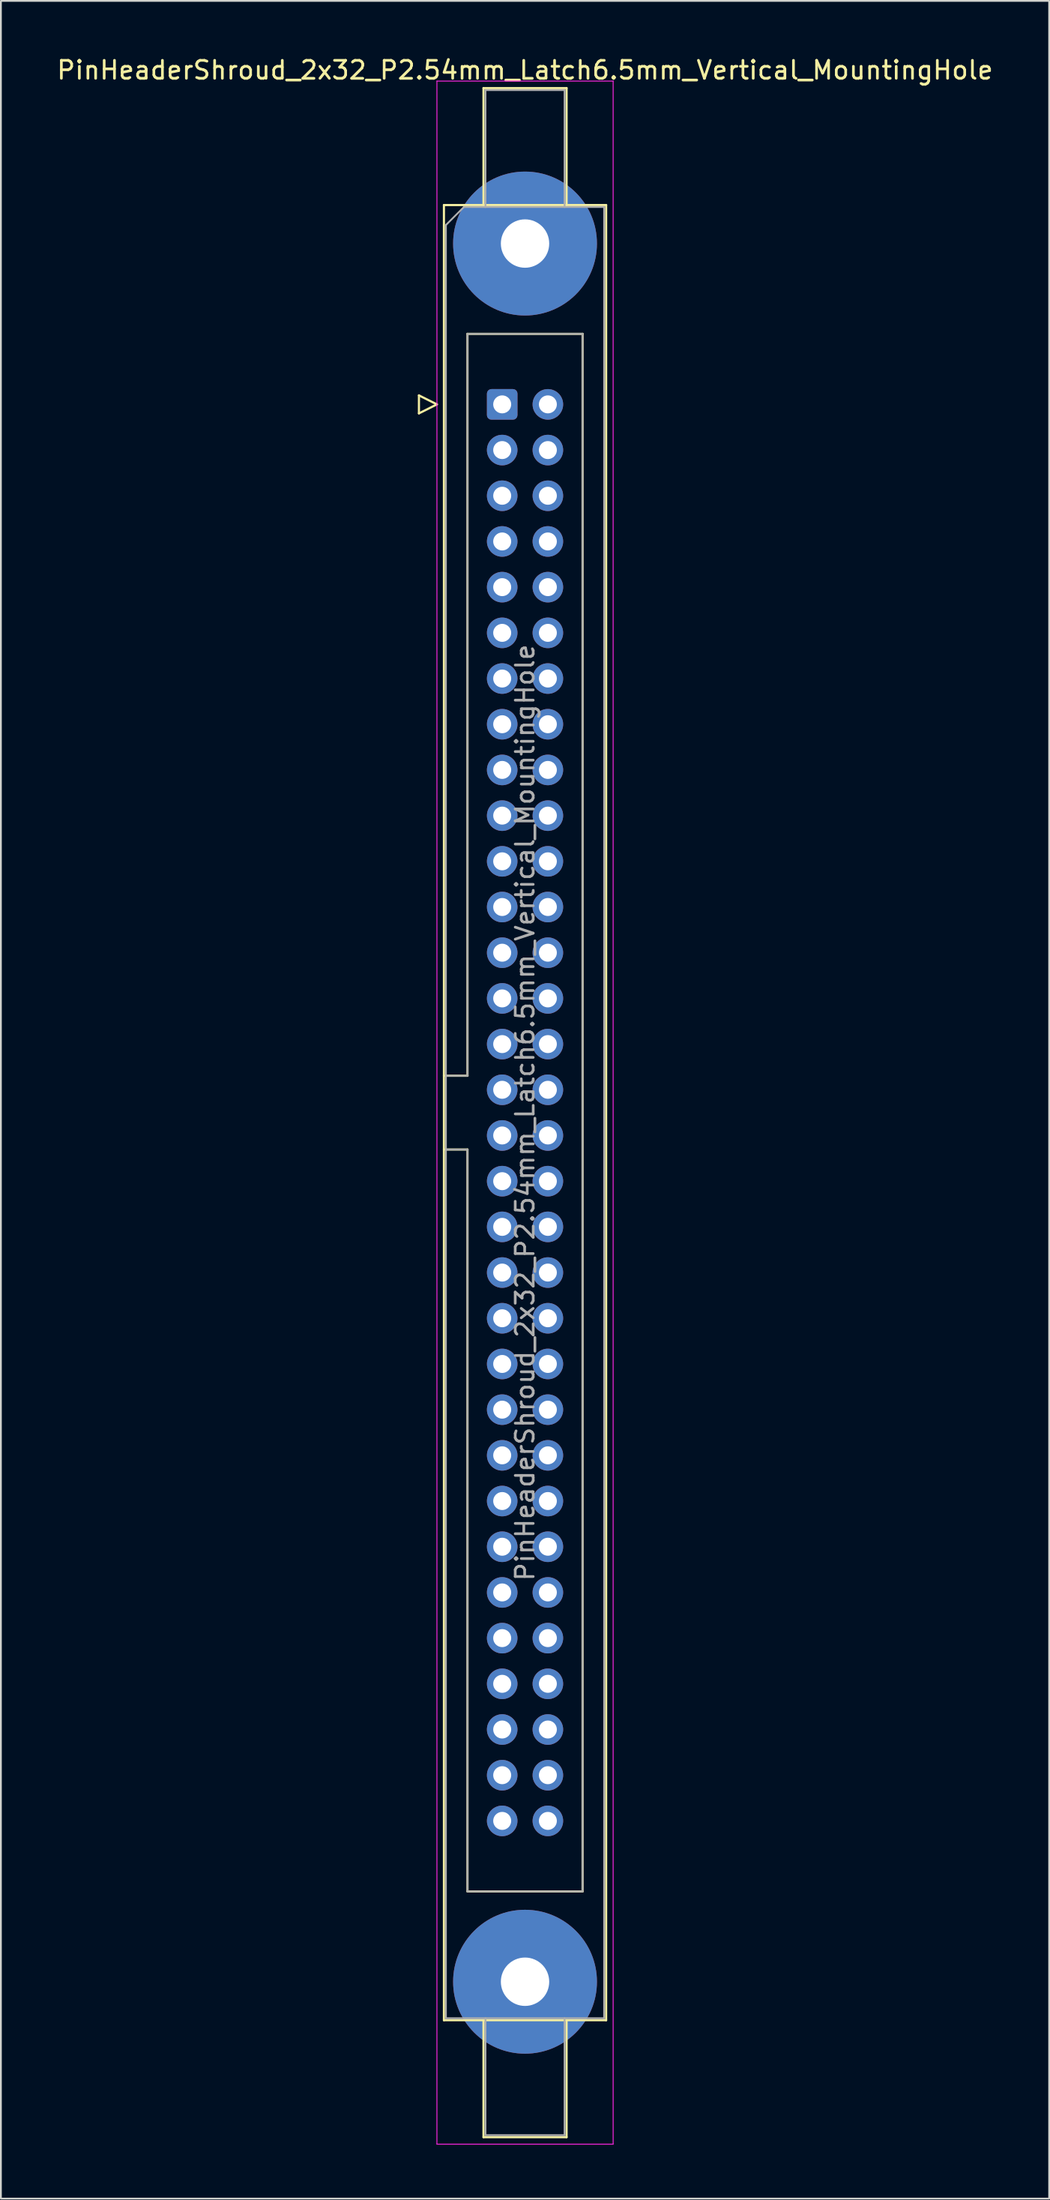
<source format=kicad_pcb>
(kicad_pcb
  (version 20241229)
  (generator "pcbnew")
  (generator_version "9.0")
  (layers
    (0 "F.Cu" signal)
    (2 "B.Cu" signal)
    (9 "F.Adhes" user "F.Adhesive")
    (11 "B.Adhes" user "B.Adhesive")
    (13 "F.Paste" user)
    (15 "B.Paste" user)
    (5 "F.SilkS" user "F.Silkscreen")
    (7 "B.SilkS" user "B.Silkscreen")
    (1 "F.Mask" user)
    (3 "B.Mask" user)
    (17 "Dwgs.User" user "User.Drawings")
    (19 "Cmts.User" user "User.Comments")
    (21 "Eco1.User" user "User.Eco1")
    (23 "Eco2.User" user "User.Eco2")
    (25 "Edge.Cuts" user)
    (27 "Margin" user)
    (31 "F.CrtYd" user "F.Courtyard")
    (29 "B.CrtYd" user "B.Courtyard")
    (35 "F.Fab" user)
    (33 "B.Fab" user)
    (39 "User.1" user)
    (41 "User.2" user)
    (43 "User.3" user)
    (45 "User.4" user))
  (footprint "PinHeaderShroud_2x32_P2.54mm_Latch6.5mm_Vertical_MountingHole"
    (layer "F.Cu")
    (at 24.879 19.428)
    (property "Reference" "PinHeaderShroud_2x32_P2.54mm_Latch6.5mm_Vertical_MountingHole" (at 1.27 -18.58 0) (layer "F.SilkS") (effects (font (size 1 1) (thickness 0.15))))
    (attr through_hole)
    (fp_line (start -4.63 -0.5) (end -4.63 0.5) (stroke (width 0.12) (type solid)) (layer "F.SilkS"))
    (fp_line (start -4.63 0.5) (end -3.63 0) (stroke (width 0.12) (type solid)) (layer "F.SilkS"))
    (fp_line (start -3.63 0) (end -4.63 -0.5) (stroke (width 0.12) (type solid)) (layer "F.SilkS"))
    (fp_line (start -3.24 -11.08) (end 5.78 -11.08) (stroke (width 0.12) (type solid)) (layer "F.SilkS"))
    (fp_line (start -3.24 37.32) (end -1.93 37.32) (stroke (width 0.12) (type solid)) (layer "F.SilkS"))
    (fp_line (start -3.24 41.42) (end -1.93 41.42) (stroke (width 0.12) (type solid)) (layer "F.SilkS"))
    (fp_line (start -3.24 89.82) (end -3.24 -11.08) (stroke (width 0.12) (type solid)) (layer "F.SilkS"))
    (fp_line (start -1.93 -3.92) (end 4.47 -3.92) (stroke (width 0.12) (type solid)) (layer "F.SilkS"))
    (fp_line (start -1.93 37.32) (end -1.93 -3.92) (stroke (width 0.12) (type solid)) (layer "F.SilkS"))
    (fp_line (start -1.93 82.66) (end -1.93 41.42) (stroke (width 0.12) (type solid)) (layer "F.SilkS"))
    (fp_line (start -1.04 -17.58) (end 3.58 -17.58) (stroke (width 0.12) (type solid)) (layer "F.SilkS"))
    (fp_line (start -1.04 -11.08) (end -1.04 -17.58) (stroke (width 0.12) (type solid)) (layer "F.SilkS"))
    (fp_line (start -1.04 89.82) (end -1.04 96.32) (stroke (width 0.12) (type solid)) (layer "F.SilkS"))
    (fp_line (start -1.04 96.32) (end 3.58 96.32) (stroke (width 0.12) (type solid)) (layer "F.SilkS"))
    (fp_line (start 3.58 -17.58) (end 3.58 -11.08) (stroke (width 0.12) (type solid)) (layer "F.SilkS"))
    (fp_line (start 3.58 96.32) (end 3.58 89.82) (stroke (width 0.12) (type solid)) (layer "F.SilkS"))
    (fp_line (start 4.47 -3.92) (end 4.47 82.66) (stroke (width 0.12) (type solid)) (layer "F.SilkS"))
    (fp_line (start 4.47 82.66) (end -1.93 82.66) (stroke (width 0.12) (type solid)) (layer "F.SilkS"))
    (fp_line (start 5.78 -11.08) (end 5.78 89.82) (stroke (width 0.12) (type solid)) (layer "F.SilkS"))
    (fp_line (start 5.78 89.82) (end -3.24 89.82) (stroke (width 0.12) (type solid)) (layer "F.SilkS"))
    (fp_line (start -3.63 -17.97) (end -3.63 96.71) (stroke (width 0.05) (type solid)) (layer "F.CrtYd"))
    (fp_line (start -3.63 96.71) (end 6.17 96.71) (stroke (width 0.05) (type solid)) (layer "F.CrtYd"))
    (fp_line (start 6.17 -17.97) (end -3.63 -17.97) (stroke (width 0.05) (type solid)) (layer "F.CrtYd"))
    (fp_line (start 6.17 96.71) (end 6.17 -17.97) (stroke (width 0.05) (type solid)) (layer "F.CrtYd"))
    (fp_line (start -3.13 -9.97) (end -2.13 -10.97) (stroke (width 0.1) (type solid)) (layer "F.Fab"))
    (fp_line (start -3.13 37.32) (end -1.93 37.32) (stroke (width 0.1) (type solid)) (layer "F.Fab"))
    (fp_line (start -3.13 41.42) (end -1.93 41.42) (stroke (width 0.1) (type solid)) (layer "F.Fab"))
    (fp_line (start -3.13 89.71) (end -3.13 -9.97) (stroke (width 0.1) (type solid)) (layer "F.Fab"))
    (fp_line (start -2.13 -10.97) (end 5.67 -10.97) (stroke (width 0.1) (type solid)) (layer "F.Fab"))
    (fp_line (start -1.93 -3.92) (end 4.47 -3.92) (stroke (width 0.1) (type solid)) (layer "F.Fab"))
    (fp_line (start -1.93 37.32) (end -1.93 -3.92) (stroke (width 0.1) (type solid)) (layer "F.Fab"))
    (fp_line (start -1.93 82.66) (end -1.93 41.42) (stroke (width 0.1) (type solid)) (layer "F.Fab"))
    (fp_line (start -0.93 -17.47) (end 3.47 -17.47) (stroke (width 0.1) (type solid)) (layer "F.Fab"))
    (fp_line (start -0.93 -10.97) (end -0.93 -17.47) (stroke (width 0.1) (type solid)) (layer "F.Fab"))
    (fp_line (start -0.93 89.71) (end -0.93 96.21) (stroke (width 0.1) (type solid)) (layer "F.Fab"))
    (fp_line (start -0.93 96.21) (end 3.47 96.21) (stroke (width 0.1) (type solid)) (layer "F.Fab"))
    (fp_line (start 3.47 -17.47) (end 3.47 -10.97) (stroke (width 0.1) (type solid)) (layer "F.Fab"))
    (fp_line (start 3.47 96.21) (end 3.47 89.71) (stroke (width 0.1) (type solid)) (layer "F.Fab"))
    (fp_line (start 4.47 -3.92) (end 4.47 82.66) (stroke (width 0.1) (type solid)) (layer "F.Fab"))
    (fp_line (start 4.47 82.66) (end -1.93 82.66) (stroke (width 0.1) (type solid)) (layer "F.Fab"))
    (fp_line (start 5.67 -10.97) (end 5.67 89.71) (stroke (width 0.1) (type solid)) (layer "F.Fab"))
    (fp_line (start 5.67 89.71) (end -3.13 89.71) (stroke (width 0.1) (type solid)) (layer "F.Fab"))
    (fp_text user "${REFERENCE}" (at 1.27 39.37 90) (layer "F.Fab") (effects (font (size 1 1) (thickness 0.15))))
    (pad "" thru_hole circle (at 1.27 -8.94) (size 8 8) (drill 2.69) (layers "*.Cu" "*.Mask"))
    (pad "" thru_hole circle (at 1.27 87.68) (size 8 8) (drill 2.69) (layers "*.Cu" "*.Mask"))
    (pad "1" thru_hole roundrect (at 0 0) (size 1.7 1.7) (drill 1) (layers "*.Cu" "*.Mask") (roundrect_rratio 0.147))
    (pad "2" thru_hole circle (at 2.54 0) (size 1.7 1.7) (drill 1) (layers "*.Cu" "*.Mask"))
    (pad "3" thru_hole circle (at 0 2.54) (size 1.7 1.7) (drill 1) (layers "*.Cu" "*.Mask"))
    (pad "4" thru_hole circle (at 2.54 2.54) (size 1.7 1.7) (drill 1) (layers "*.Cu" "*.Mask"))
    (pad "5" thru_hole circle (at 0 5.08) (size 1.7 1.7) (drill 1) (layers "*.Cu" "*.Mask"))
    (pad "6" thru_hole circle (at 2.54 5.08) (size 1.7 1.7) (drill 1) (layers "*.Cu" "*.Mask"))
    (pad "7" thru_hole circle (at 0 7.62) (size 1.7 1.7) (drill 1) (layers "*.Cu" "*.Mask"))
    (pad "8" thru_hole circle (at 2.54 7.62) (size 1.7 1.7) (drill 1) (layers "*.Cu" "*.Mask"))
    (pad "9" thru_hole circle (at 0 10.16) (size 1.7 1.7) (drill 1) (layers "*.Cu" "*.Mask"))
    (pad "10" thru_hole circle (at 2.54 10.16) (size 1.7 1.7) (drill 1) (layers "*.Cu" "*.Mask"))
    (pad "11" thru_hole circle (at 0 12.7) (size 1.7 1.7) (drill 1) (layers "*.Cu" "*.Mask"))
    (pad "12" thru_hole circle (at 2.54 12.7) (size 1.7 1.7) (drill 1) (layers "*.Cu" "*.Mask"))
    (pad "13" thru_hole circle (at 0 15.24) (size 1.7 1.7) (drill 1) (layers "*.Cu" "*.Mask"))
    (pad "14" thru_hole circle (at 2.54 15.24) (size 1.7 1.7) (drill 1) (layers "*.Cu" "*.Mask"))
    (pad "15" thru_hole circle (at 0 17.78) (size 1.7 1.7) (drill 1) (layers "*.Cu" "*.Mask"))
    (pad "16" thru_hole circle (at 2.54 17.78) (size 1.7 1.7) (drill 1) (layers "*.Cu" "*.Mask"))
    (pad "17" thru_hole circle (at 0 20.32) (size 1.7 1.7) (drill 1) (layers "*.Cu" "*.Mask"))
    (pad "18" thru_hole circle (at 2.54 20.32) (size 1.7 1.7) (drill 1) (layers "*.Cu" "*.Mask"))
    (pad "19" thru_hole circle (at 0 22.86) (size 1.7 1.7) (drill 1) (layers "*.Cu" "*.Mask"))
    (pad "20" thru_hole circle (at 2.54 22.86) (size 1.7 1.7) (drill 1) (layers "*.Cu" "*.Mask"))
    (pad "21" thru_hole circle (at 0 25.4) (size 1.7 1.7) (drill 1) (layers "*.Cu" "*.Mask"))
    (pad "22" thru_hole circle (at 2.54 25.4) (size 1.7 1.7) (drill 1) (layers "*.Cu" "*.Mask"))
    (pad "23" thru_hole circle (at 0 27.94) (size 1.7 1.7) (drill 1) (layers "*.Cu" "*.Mask"))
    (pad "24" thru_hole circle (at 2.54 27.94) (size 1.7 1.7) (drill 1) (layers "*.Cu" "*.Mask"))
    (pad "25" thru_hole circle (at 0 30.48) (size 1.7 1.7) (drill 1) (layers "*.Cu" "*.Mask"))
    (pad "26" thru_hole circle (at 2.54 30.48) (size 1.7 1.7) (drill 1) (layers "*.Cu" "*.Mask"))
    (pad "27" thru_hole circle (at 0 33.02) (size 1.7 1.7) (drill 1) (layers "*.Cu" "*.Mask"))
    (pad "28" thru_hole circle (at 2.54 33.02) (size 1.7 1.7) (drill 1) (layers "*.Cu" "*.Mask"))
    (pad "29" thru_hole circle (at 0 35.56) (size 1.7 1.7) (drill 1) (layers "*.Cu" "*.Mask"))
    (pad "30" thru_hole circle (at 2.54 35.56) (size 1.7 1.7) (drill 1) (layers "*.Cu" "*.Mask"))
    (pad "31" thru_hole circle (at 0 38.1) (size 1.7 1.7) (drill 1) (layers "*.Cu" "*.Mask"))
    (pad "32" thru_hole circle (at 2.54 38.1) (size 1.7 1.7) (drill 1) (layers "*.Cu" "*.Mask"))
    (pad "33" thru_hole circle (at 0 40.64) (size 1.7 1.7) (drill 1) (layers "*.Cu" "*.Mask"))
    (pad "34" thru_hole circle (at 2.54 40.64) (size 1.7 1.7) (drill 1) (layers "*.Cu" "*.Mask"))
    (pad "35" thru_hole circle (at 0 43.18) (size 1.7 1.7) (drill 1) (layers "*.Cu" "*.Mask"))
    (pad "36" thru_hole circle (at 2.54 43.18) (size 1.7 1.7) (drill 1) (layers "*.Cu" "*.Mask"))
    (pad "37" thru_hole circle (at 0 45.72) (size 1.7 1.7) (drill 1) (layers "*.Cu" "*.Mask"))
    (pad "38" thru_hole circle (at 2.54 45.72) (size 1.7 1.7) (drill 1) (layers "*.Cu" "*.Mask"))
    (pad "39" thru_hole circle (at 0 48.26) (size 1.7 1.7) (drill 1) (layers "*.Cu" "*.Mask"))
    (pad "40" thru_hole circle (at 2.54 48.26) (size 1.7 1.7) (drill 1) (layers "*.Cu" "*.Mask"))
    (pad "41" thru_hole circle (at 0 50.8) (size 1.7 1.7) (drill 1) (layers "*.Cu" "*.Mask"))
    (pad "42" thru_hole circle (at 2.54 50.8) (size 1.7 1.7) (drill 1) (layers "*.Cu" "*.Mask"))
    (pad "43" thru_hole circle (at 0 53.34) (size 1.7 1.7) (drill 1) (layers "*.Cu" "*.Mask"))
    (pad "44" thru_hole circle (at 2.54 53.34) (size 1.7 1.7) (drill 1) (layers "*.Cu" "*.Mask"))
    (pad "45" thru_hole circle (at 0 55.88) (size 1.7 1.7) (drill 1) (layers "*.Cu" "*.Mask"))
    (pad "46" thru_hole circle (at 2.54 55.88) (size 1.7 1.7) (drill 1) (layers "*.Cu" "*.Mask"))
    (pad "47" thru_hole circle (at 0 58.42) (size 1.7 1.7) (drill 1) (layers "*.Cu" "*.Mask"))
    (pad "48" thru_hole circle (at 2.54 58.42) (size 1.7 1.7) (drill 1) (layers "*.Cu" "*.Mask"))
    (pad "49" thru_hole circle (at 0 60.96) (size 1.7 1.7) (drill 1) (layers "*.Cu" "*.Mask"))
    (pad "50" thru_hole circle (at 2.54 60.96) (size 1.7 1.7) (drill 1) (layers "*.Cu" "*.Mask"))
    (pad "51" thru_hole circle (at 0 63.5) (size 1.7 1.7) (drill 1) (layers "*.Cu" "*.Mask"))
    (pad "52" thru_hole circle (at 2.54 63.5) (size 1.7 1.7) (drill 1) (layers "*.Cu" "*.Mask"))
    (pad "53" thru_hole circle (at 0 66.04) (size 1.7 1.7) (drill 1) (layers "*.Cu" "*.Mask"))
    (pad "54" thru_hole circle (at 2.54 66.04) (size 1.7 1.7) (drill 1) (layers "*.Cu" "*.Mask"))
    (pad "55" thru_hole circle (at 0 68.58) (size 1.7 1.7) (drill 1) (layers "*.Cu" "*.Mask"))
    (pad "56" thru_hole circle (at 2.54 68.58) (size 1.7 1.7) (drill 1) (layers "*.Cu" "*.Mask"))
    (pad "57" thru_hole circle (at 0 71.12) (size 1.7 1.7) (drill 1) (layers "*.Cu" "*.Mask"))
    (pad "58" thru_hole circle (at 2.54 71.12) (size 1.7 1.7) (drill 1) (layers "*.Cu" "*.Mask"))
    (pad "59" thru_hole circle (at 0 73.66) (size 1.7 1.7) (drill 1) (layers "*.Cu" "*.Mask"))
    (pad "60" thru_hole circle (at 2.54 73.66) (size 1.7 1.7) (drill 1) (layers "*.Cu" "*.Mask"))
    (pad "61" thru_hole circle (at 0 76.2) (size 1.7 1.7) (drill 1) (layers "*.Cu" "*.Mask"))
    (pad "62" thru_hole circle (at 2.54 76.2) (size 1.7 1.7) (drill 1) (layers "*.Cu" "*.Mask"))
    (pad "63" thru_hole circle (at 0 78.74) (size 1.7 1.7) (drill 1) (layers "*.Cu" "*.Mask"))
    (pad "64" thru_hole circle (at 2.54 78.74) (size 1.7 1.7) (drill 1) (layers "*.Cu" "*.Mask")))
  (gr_rect
    (start -3 -3)
    (end 55.298 119.163)
    (stroke (width 0.1) (type default))
    (fill no)
    (layer "Edge.Cuts")))
</source>
